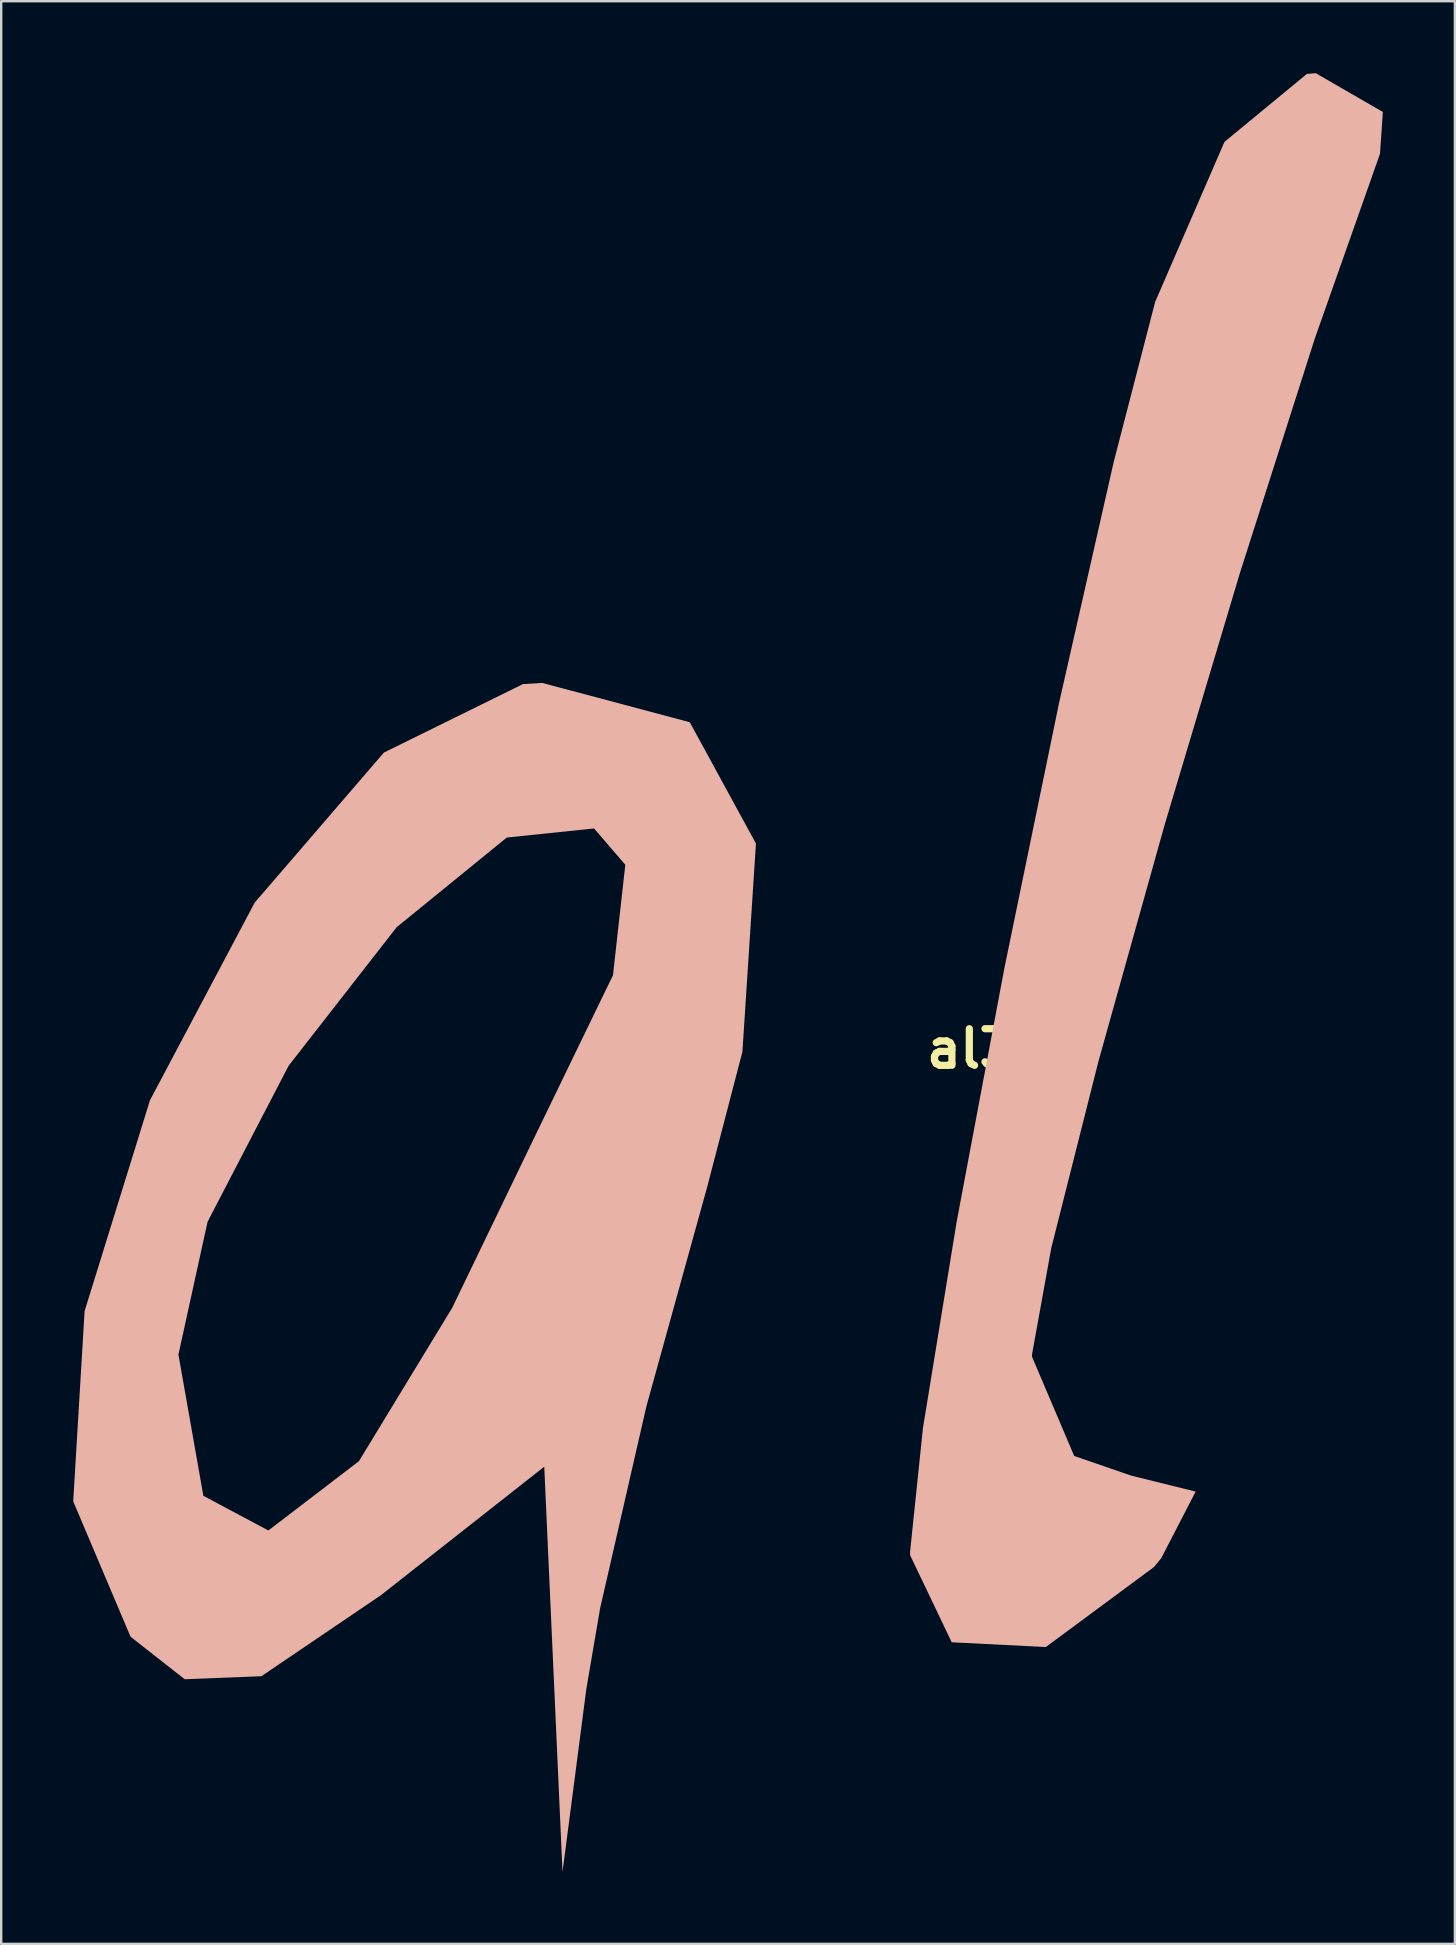
<source format=kicad_pcb>
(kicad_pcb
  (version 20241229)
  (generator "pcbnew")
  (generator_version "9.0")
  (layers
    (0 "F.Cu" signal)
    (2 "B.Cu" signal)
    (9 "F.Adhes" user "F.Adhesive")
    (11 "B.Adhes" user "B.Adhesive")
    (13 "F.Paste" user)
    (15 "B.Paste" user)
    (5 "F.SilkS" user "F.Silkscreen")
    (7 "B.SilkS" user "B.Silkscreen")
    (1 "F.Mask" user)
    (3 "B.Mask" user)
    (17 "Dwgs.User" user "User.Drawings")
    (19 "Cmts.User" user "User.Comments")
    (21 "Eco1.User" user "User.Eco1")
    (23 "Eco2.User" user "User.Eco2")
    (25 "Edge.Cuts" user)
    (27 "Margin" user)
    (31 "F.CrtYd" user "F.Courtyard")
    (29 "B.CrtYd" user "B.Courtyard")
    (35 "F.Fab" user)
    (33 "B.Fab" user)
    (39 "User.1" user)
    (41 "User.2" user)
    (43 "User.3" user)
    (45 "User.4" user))
  (footprint "al3"
    (layer "F.Cu")
    (at 37.403 40.64)
    (property "Reference" "al3" (at 0 0 0) (layer "F.SilkS") (effects (font (size 1.524 1.524) (thickness 0.3))))
    (attr board_only exclude_from_pos_files exclude_from_bom)
    (fp_poly (pts (xy 17.155 -39.025) (xy 17.036 -37.284) (xy 14.323 -29.595) (xy 11.202 -19.825) (xy 8.068 -9.343) (xy 5.317 0.487) (xy 3.343 8.296) (xy 2.542 12.719) (xy 2.54 12.831) (xy 4.297 16.964) (xy 6.661 17.78) (xy 9.356 18.448) (xy 7.923 21.221) (xy 7.62 21.59) (xy 3.116 24.923) (xy -0.805 24.726) (xy -2.538 21.1) (xy -2.54 20.955) (xy -2.005 15.805) (xy -0.598 7.2) (xy 1.391 -3.371) (xy 3.669 -14.419) (xy 5.945 -24.453) (xy 7.67 -31.115) (xy 10.557 -37.78) (xy 13.99 -40.611) (xy 14.361 -40.64)) (stroke (width 0) (type solid)) (fill yes) (layer "B.SilkS"))
    (fp_poly (pts (xy -11.718 -13.602) (xy -8.961 -8.549) (xy -9.525 0.124) (xy -10.99 5.747) (xy -13.522 14.886) (xy -15.453 23.309) (xy -16.027 26.67) (xy -17.019 34.29) (xy -17.399 25.851) (xy -17.78 17.411) (xy -24.585 22.764) (xy -29.563 26.139) (xy -32.758 26.265) (xy -35.015 24.493) (xy -37.403 18.854) (xy -37.037 12.74) (xy -33.02 12.74) (xy -31.982 18.623) (xy -29.273 20.068) (xy -25.5 17.181) (xy -21.616 10.795) (xy -18.164 3.637) (xy -15.366 -2.139) (xy -14.918 -3.057) (xy -14.403 -7.665) (xy -15.705 -9.178) (xy -19.341 -8.799) (xy -23.929 -5.064) (xy -28.431 0.71) (xy -31.805 7.206) (xy -33.02 12.74) (xy -37.037 12.74) (xy -36.929 10.93) (xy -34.204 2.143) (xy -29.844 -6.086) (xy -24.46 -12.339) (xy -18.666 -15.192) (xy -17.865 -15.24)) (stroke (width 0) (type solid)) (fill yes) (layer "B.SilkS")))
  (gr_rect
    (start -3 -3)
    (end 57.559 77.93)
    (stroke (width 0.1) (type default))
    (fill no)
    (layer "Edge.Cuts")))
</source>
